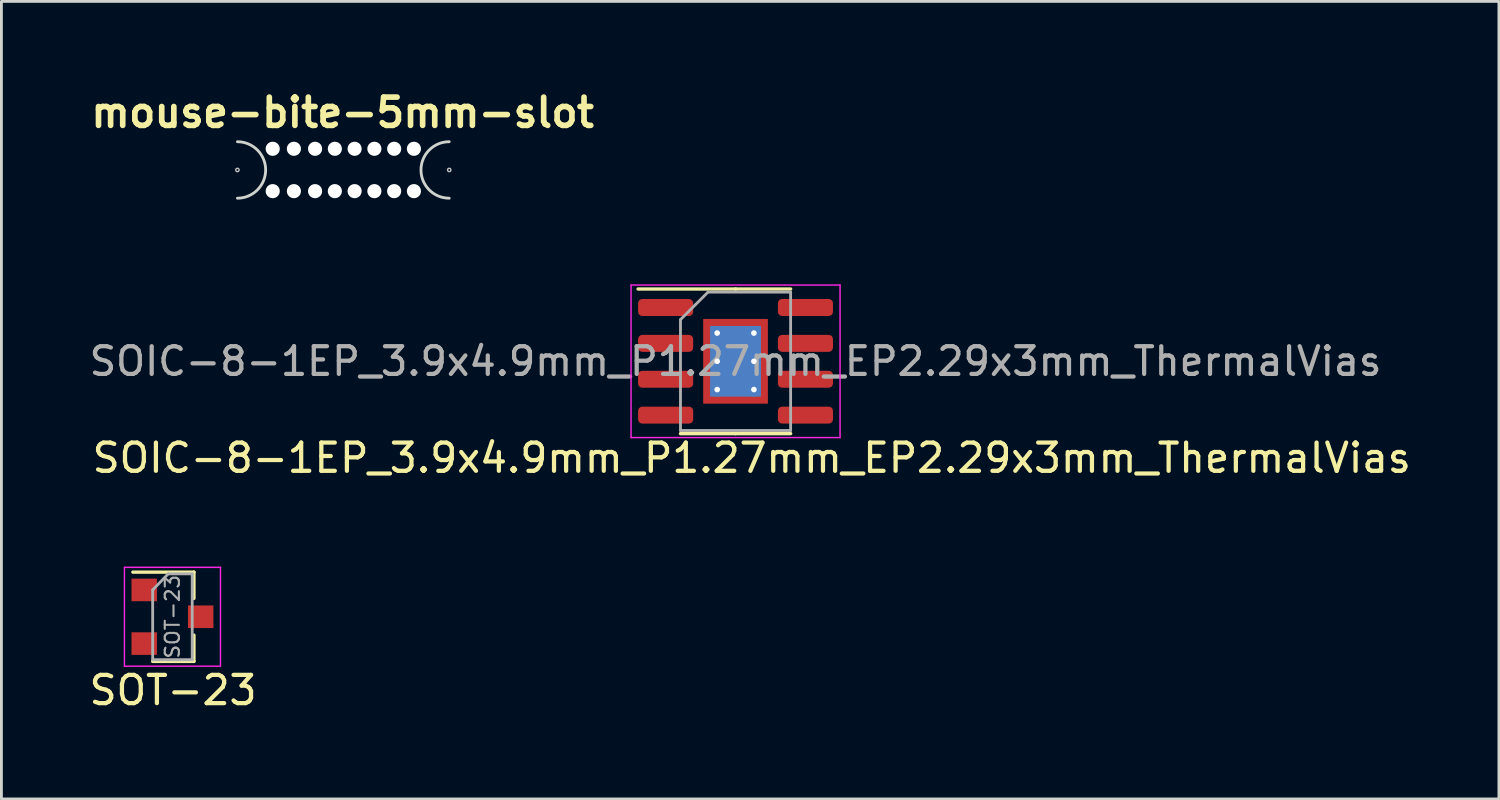
<source format=kicad_pcb>
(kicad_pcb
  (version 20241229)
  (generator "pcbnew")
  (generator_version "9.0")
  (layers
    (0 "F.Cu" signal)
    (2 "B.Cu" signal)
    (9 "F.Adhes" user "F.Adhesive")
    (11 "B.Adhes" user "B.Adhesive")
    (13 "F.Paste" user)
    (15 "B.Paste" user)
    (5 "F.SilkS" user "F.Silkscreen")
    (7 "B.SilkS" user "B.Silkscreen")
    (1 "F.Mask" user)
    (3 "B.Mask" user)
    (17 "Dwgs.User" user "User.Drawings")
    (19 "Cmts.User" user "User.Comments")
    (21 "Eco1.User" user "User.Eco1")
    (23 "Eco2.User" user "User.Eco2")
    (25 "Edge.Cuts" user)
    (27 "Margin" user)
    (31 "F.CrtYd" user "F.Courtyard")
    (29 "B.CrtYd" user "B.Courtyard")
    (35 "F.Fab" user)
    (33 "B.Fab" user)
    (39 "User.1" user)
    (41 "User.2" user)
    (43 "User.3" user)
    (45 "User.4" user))
  (footprint "SOIC-8-1EP_3.9x4.9mm_P1.27mm_EP2.29x3mm_ThermalVias"
    (layer "F.Cu")
    (at 22.994 9.743)
    (property "Reference" "SOIC-8-1EP_3.9x4.9mm_P1.27mm_EP2.29x3mm_ThermalVias" (at 0.572 3.422 180) (layer "F.SilkS") (effects (font (size 1 1) (thickness 0.15))))
    (attr smd)
    (fp_line (start 0 -2.56) (end -3.45 -2.56) (stroke (width 0.12) (type solid)) (layer "F.SilkS"))
    (fp_line (start 0 -2.56) (end 1.95 -2.56) (stroke (width 0.12) (type solid)) (layer "F.SilkS"))
    (fp_line (start 0 2.56) (end -1.95 2.56) (stroke (width 0.12) (type solid)) (layer "F.SilkS"))
    (fp_line (start 0 2.56) (end 1.95 2.56) (stroke (width 0.12) (type solid)) (layer "F.SilkS"))
    (fp_line (start -3.7 -2.7) (end -3.7 2.7) (stroke (width 0.05) (type solid)) (layer "F.CrtYd"))
    (fp_line (start -3.7 2.7) (end 3.7 2.7) (stroke (width 0.05) (type solid)) (layer "F.CrtYd"))
    (fp_line (start 3.7 -2.7) (end -3.7 -2.7) (stroke (width 0.05) (type solid)) (layer "F.CrtYd"))
    (fp_line (start 3.7 2.7) (end 3.7 -2.7) (stroke (width 0.05) (type solid)) (layer "F.CrtYd"))
    (fp_line (start -1.95 -1.475) (end -0.975 -2.45) (stroke (width 0.1) (type solid)) (layer "F.Fab"))
    (fp_line (start -1.95 2.45) (end -1.95 -1.475) (stroke (width 0.1) (type solid)) (layer "F.Fab"))
    (fp_line (start -0.975 -2.45) (end 1.95 -2.45) (stroke (width 0.1) (type solid)) (layer "F.Fab"))
    (fp_line (start 1.95 -2.45) (end 1.95 2.45) (stroke (width 0.1) (type solid)) (layer "F.Fab"))
    (fp_line (start 1.95 2.45) (end -1.95 2.45) (stroke (width 0.1) (type solid)) (layer "F.Fab"))
    (fp_text user "${REFERENCE}" (at 0 0 0) (layer "F.Fab") (effects (font (size 0.98 0.98) (thickness 0.15))))
    (pad "" smd roundrect (at -0.57 -0.75) (size 0.96 1.25) (layers "F.Paste") (roundrect_rratio 0.25))
    (pad "" smd roundrect (at -0.57 0.75) (size 0.96 1.25) (layers "F.Paste") (roundrect_rratio 0.25))
    (pad "" smd roundrect (at 0.57 -0.75) (size 0.96 1.25) (layers "F.Paste") (roundrect_rratio 0.25))
    (pad "" smd roundrect (at 0.57 0.75) (size 0.96 1.25) (layers "F.Paste") (roundrect_rratio 0.25))
    (pad "1" smd roundrect (at -2.475 -1.905) (size 1.95 0.6) (layers "F.Cu" "F.Mask" "F.Paste") (roundrect_rratio 0.25))
    (pad "2" smd roundrect (at -2.475 -0.635) (size 1.95 0.6) (layers "F.Cu" "F.Mask" "F.Paste") (roundrect_rratio 0.25))
    (pad "3" smd roundrect (at -2.475 0.635) (size 1.95 0.6) (layers "F.Cu" "F.Mask" "F.Paste") (roundrect_rratio 0.25))
    (pad "4" smd roundrect (at -2.475 1.905) (size 1.95 0.6) (layers "F.Cu" "F.Mask" "F.Paste") (roundrect_rratio 0.25))
    (pad "5" smd roundrect (at 2.475 1.905) (size 1.95 0.6) (layers "F.Cu" "F.Mask" "F.Paste") (roundrect_rratio 0.25))
    (pad "6" smd roundrect (at 2.475 0.635) (size 1.95 0.6) (layers "F.Cu" "F.Mask" "F.Paste") (roundrect_rratio 0.25))
    (pad "7" smd roundrect (at 2.475 -0.635) (size 1.95 0.6) (layers "F.Cu" "F.Mask" "F.Paste") (roundrect_rratio 0.25))
    (pad "8" smd roundrect (at 2.475 -1.905) (size 1.95 0.6) (layers "F.Cu" "F.Mask" "F.Paste") (roundrect_rratio 0.25))
    (pad "9" thru_hole circle (at -0.65 -1) (size 0.5 0.5) (drill 0.2) (layers "*.Cu"))
    (pad "9" thru_hole circle (at -0.65 0) (size 0.5 0.5) (drill 0.2) (layers "*.Cu"))
    (pad "9" thru_hole circle (at -0.65 1) (size 0.5 0.5) (drill 0.2) (layers "*.Cu"))
    (pad "9" smd rect (at 0 0) (size 1.8 2.5) (layers "B.Cu"))
    (pad "9" smd rect (at 0 0) (size 2.29 3) (layers "F.Cu" "F.Mask"))
    (pad "9" thru_hole circle (at 0.65 -1) (size 0.5 0.5) (drill 0.2) (layers "*.Cu"))
    (pad "9" thru_hole circle (at 0.65 0) (size 0.5 0.5) (drill 0.2) (layers "*.Cu"))
    (pad "9" thru_hole circle (at 0.65 1) (size 0.5 0.5) (drill 0.2) (layers "*.Cu")))
  (footprint "SOT-23"
    (layer "F.Cu")
    (at 3.056 18.788)
    (property "Reference" "SOT-23" (at 0.021 2.603 0) (layer "F.SilkS") (effects (font (size 1 1) (thickness 0.15))))
    (attr smd)
    (fp_line (start 0.76 -1.58) (end -1.4 -1.58) (stroke (width 0.12) (type solid)) (layer "F.SilkS"))
    (fp_line (start 0.76 -1.58) (end 0.76 -0.65) (stroke (width 0.12) (type solid)) (layer "F.SilkS"))
    (fp_line (start 0.76 1.58) (end -0.7 1.58) (stroke (width 0.12) (type solid)) (layer "F.SilkS"))
    (fp_line (start 0.76 1.58) (end 0.76 0.65) (stroke (width 0.12) (type solid)) (layer "F.SilkS"))
    (fp_line (start -1.7 -1.75) (end 1.7 -1.75) (stroke (width 0.05) (type solid)) (layer "F.CrtYd"))
    (fp_line (start -1.7 1.75) (end -1.7 -1.75) (stroke (width 0.05) (type solid)) (layer "F.CrtYd"))
    (fp_line (start 1.7 -1.75) (end 1.7 1.75) (stroke (width 0.05) (type solid)) (layer "F.CrtYd"))
    (fp_line (start 1.7 1.75) (end -1.7 1.75) (stroke (width 0.05) (type solid)) (layer "F.CrtYd"))
    (fp_line (start -0.7 -0.95) (end -0.7 1.5) (stroke (width 0.1) (type solid)) (layer "F.Fab"))
    (fp_line (start -0.7 -0.95) (end -0.15 -1.52) (stroke (width 0.1) (type solid)) (layer "F.Fab"))
    (fp_line (start -0.7 1.52) (end 0.7 1.52) (stroke (width 0.1) (type solid)) (layer "F.Fab"))
    (fp_line (start -0.15 -1.52) (end 0.7 -1.52) (stroke (width 0.1) (type solid)) (layer "F.Fab"))
    (fp_line (start 0.7 -1.52) (end 0.7 1.52) (stroke (width 0.1) (type solid)) (layer "F.Fab"))
    (fp_text user "${REFERENCE}" (at 0 0 90) (layer "F.Fab") (effects (font (size 0.5 0.5) (thickness 0.075))))
    (pad "1" smd rect (at -1 -0.95) (size 0.9 0.8) (layers "F.Cu" "F.Mask" "F.Paste"))
    (pad "2" smd rect (at -1 0.95) (size 0.9 0.8) (layers "F.Cu" "F.Mask" "F.Paste"))
    (pad "3" smd rect (at 1 0) (size 0.9 0.8) (layers "F.Cu" "F.Mask" "F.Paste")))
  (footprint "mouse-bite-5mm-slot"
    (layer "F.Cu")
    (at 9.106 2.968)
    (property "Reference" "mouse-bite-5mm-slot" (at -0.025 -2.032 0) (layer "F.SilkS") (effects (font (size 1 1) (thickness 0.2))))
    (attr through_hole)
    (fp_circle (center -3.75 0) (end -3.75 -0.06) (stroke (width 0.05) (type solid)) (fill no) (layer "Dwgs.User"))
    (fp_circle (center 3.75 0) (end 3.81 0) (stroke (width 0.05) (type solid)) (fill no) (layer "Dwgs.User"))
    (fp_line (start -3.75 0) (end -3.75 0) (stroke (width 2) (type solid)) (layer "Eco1.User"))
    (fp_line (start 3.75 0) (end 3.75 0) (stroke (width 2) (type solid)) (layer "Eco1.User"))
    (fp_arc (start -3.75 -1) (mid -2.75 0) (end -3.75 1) (stroke (width 0.1) (type solid)) (layer "Edge.Cuts"))
    (fp_arc (start 3.75 1) (mid 2.75 0) (end 3.75 -1) (stroke (width 0.1) (type solid)) (layer "Edge.Cuts"))
    (pad "" np_thru_hole circle (at -2.5 -0.75) (size 0.5 0.5) (drill 0.5) (layers "*.Cu" "*.Mask"))
    (pad "" np_thru_hole circle (at -2.5 0.75) (size 0.5 0.5) (drill 0.5) (layers "*.Cu" "*.Mask"))
    (pad "" np_thru_hole circle (at -1.75 -0.75) (size 0.5 0.5) (drill 0.5) (layers "*.Cu" "*.Mask"))
    (pad "" np_thru_hole circle (at -1.75 0.75) (size 0.5 0.5) (drill 0.5) (layers "*.Cu" "*.Mask"))
    (pad "" np_thru_hole circle (at -1 -0.75) (size 0.5 0.5) (drill 0.5) (layers "*.Cu" "*.Mask"))
    (pad "" np_thru_hole circle (at -1 0.75) (size 0.5 0.5) (drill 0.5) (layers "*.Cu" "*.Mask"))
    (pad "" np_thru_hole circle (at -0.3 -0.75) (size 0.5 0.5) (drill 0.5) (layers "*.Cu" "*.Mask"))
    (pad "" np_thru_hole circle (at -0.3 0.75) (size 0.5 0.5) (drill 0.5) (layers "*.Cu" "*.Mask"))
    (pad "" np_thru_hole circle (at 0.4 -0.75) (size 0.5 0.5) (drill 0.5) (layers "*.Cu" "*.Mask"))
    (pad "" np_thru_hole circle (at 0.4 0.75) (size 0.5 0.5) (drill 0.5) (layers "*.Cu" "*.Mask"))
    (pad "" np_thru_hole circle (at 1.1 -0.75) (size 0.5 0.5) (drill 0.5) (layers "*.Cu" "*.Mask"))
    (pad "" np_thru_hole circle (at 1.1 0.75) (size 0.5 0.5) (drill 0.5) (layers "*.Cu" "*.Mask"))
    (pad "" np_thru_hole circle (at 1.8 -0.75) (size 0.5 0.5) (drill 0.5) (layers "*.Cu" "*.Mask"))
    (pad "" np_thru_hole circle (at 1.8 0.75) (size 0.5 0.5) (drill 0.5) (layers "*.Cu" "*.Mask"))
    (pad "" np_thru_hole circle (at 2.5 -0.75) (size 0.5 0.5) (drill 0.5) (layers "*.Cu" "*.Mask"))
    (pad "" np_thru_hole circle (at 2.5 0.75) (size 0.5 0.5) (drill 0.5) (layers "*.Cu" "*.Mask")))
  (gr_rect
    (start -3 -3)
    (end 50.023 25.24)
    (stroke (width 0.1) (type default))
    (fill no)
    (layer "Edge.Cuts")))
</source>
